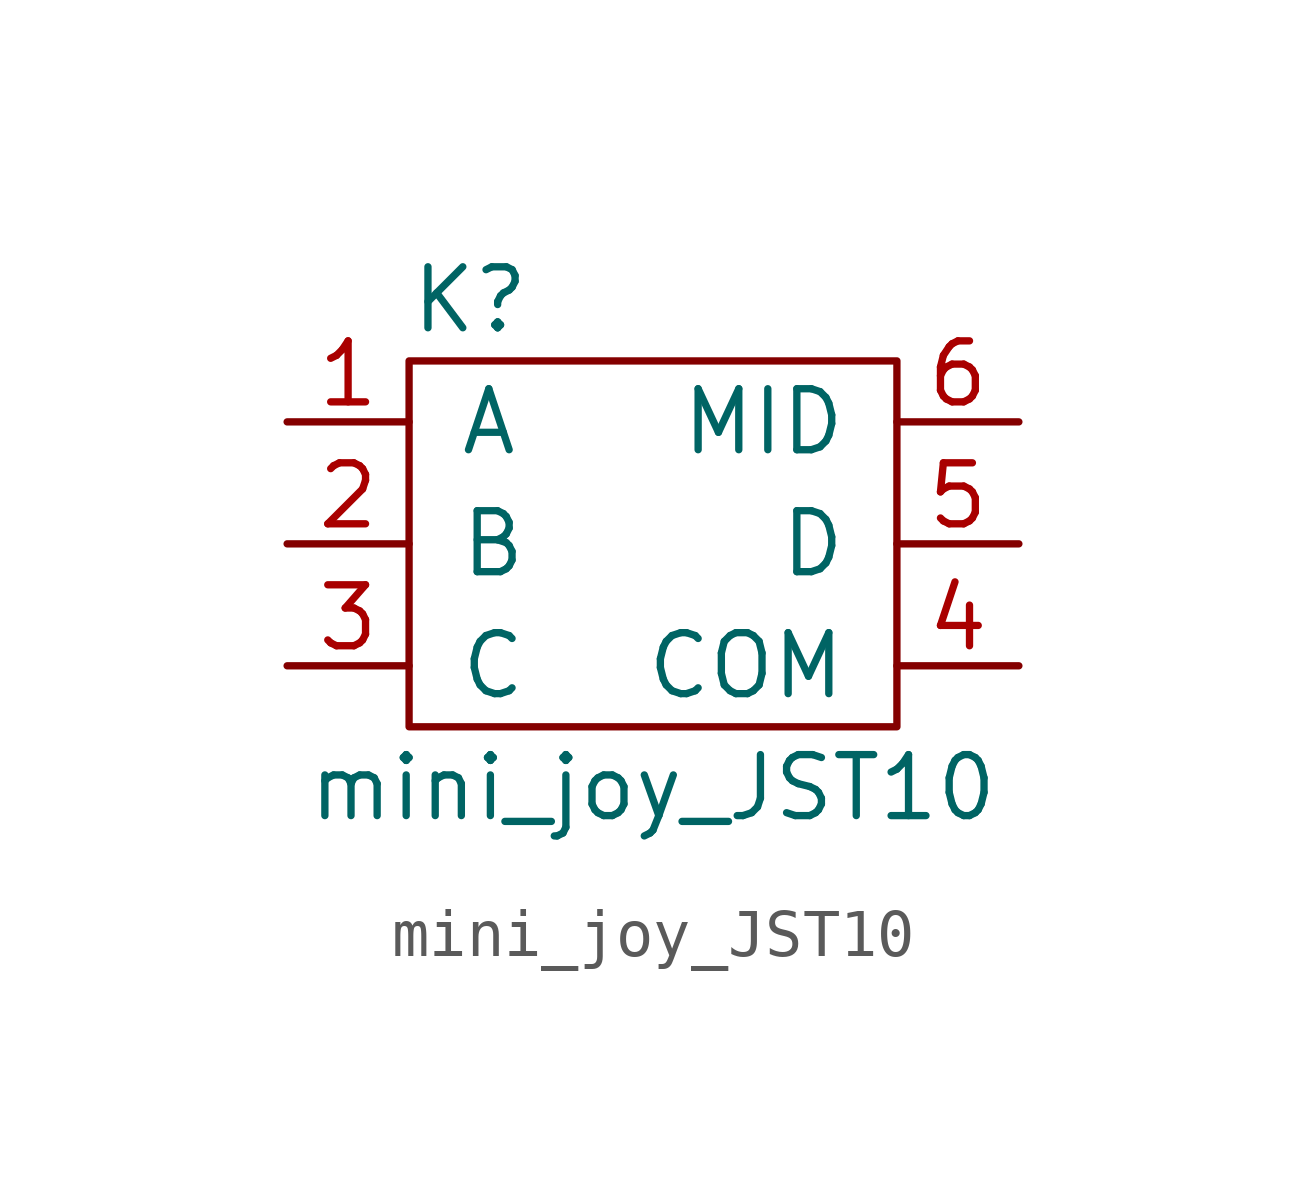
<source format=kicad_sym>
(kicad_symbol_lib
  (version 20231120)
  (generator "kicad_symbol_editor")
  (generator_version "8.0")
  (symbol "mini_joy_JST10"
    (pin_names
      (offset 1.016))
    (property "Reference" "K"
      (at -3.81 5.08 0)
      (effects (font (size 1.27 1.27))))
    (property "Value" "mini_joy_JST10"
      (at 0 -5.08 0)
      (effects (font (size 1.27 1.27))))
    (symbol "mini_joy_JST10_0_1"
      (rectangle (start -5.08 3.81) (end 5.08 -3.81) (stroke (width 0) (type default)) (fill (type none))))
    (symbol "mini_joy_JST10_1_1"
      (pin passive line (at -7.62 2.54 0) (length 2.54) (name "A" (effects (font (size 1.27 1.27)))) (number "1" (effects (font (size 1.27 1.27)))))
      (pin passive line (at -7.62 0 0) (length 2.54) (name "B" (effects (font (size 1.27 1.27)))) (number "2" (effects (font (size 1.27 1.27)))))
      (pin passive line (at -7.62 -2.54 0) (length 2.54) (name "C" (effects (font (size 1.27 1.27)))) (number "3" (effects (font (size 1.27 1.27)))))
      (pin passive line (at 7.62 -2.54 180) (length 2.54) (name "COM" (effects (font (size 1.27 1.27)))) (number "4" (effects (font (size 1.27 1.27)))))
      (pin passive line (at 7.62 0 180) (length 2.54) (name "D" (effects (font (size 1.27 1.27)))) (number "5" (effects (font (size 1.27 1.27)))))
      (pin passive line (at 7.62 2.54 180) (length 2.54) (name "MID" (effects (font (size 1.27 1.27)))) (number "6" (effects (font (size 1.27 1.27))))))))
</source>
